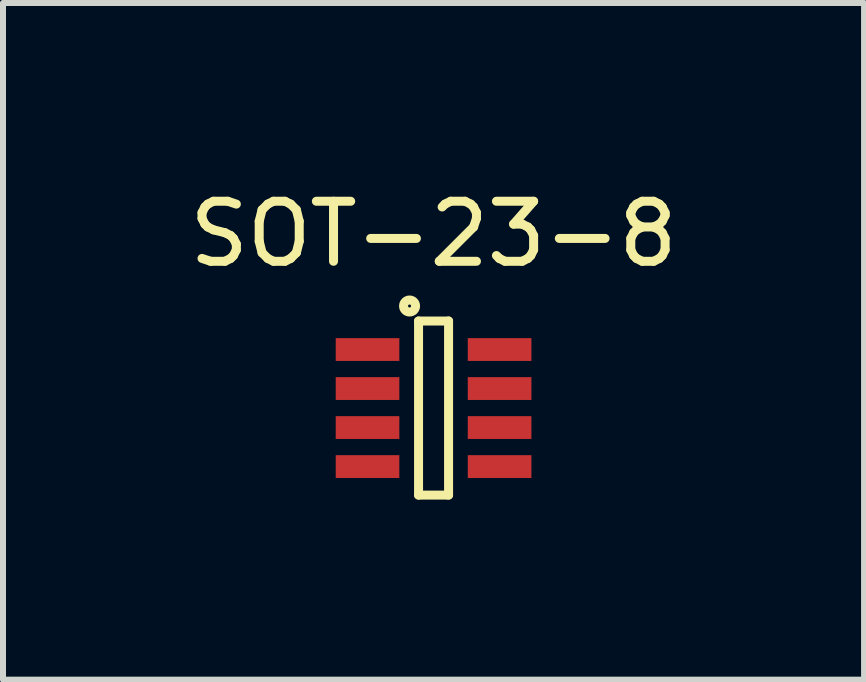
<source format=kicad_pcb>
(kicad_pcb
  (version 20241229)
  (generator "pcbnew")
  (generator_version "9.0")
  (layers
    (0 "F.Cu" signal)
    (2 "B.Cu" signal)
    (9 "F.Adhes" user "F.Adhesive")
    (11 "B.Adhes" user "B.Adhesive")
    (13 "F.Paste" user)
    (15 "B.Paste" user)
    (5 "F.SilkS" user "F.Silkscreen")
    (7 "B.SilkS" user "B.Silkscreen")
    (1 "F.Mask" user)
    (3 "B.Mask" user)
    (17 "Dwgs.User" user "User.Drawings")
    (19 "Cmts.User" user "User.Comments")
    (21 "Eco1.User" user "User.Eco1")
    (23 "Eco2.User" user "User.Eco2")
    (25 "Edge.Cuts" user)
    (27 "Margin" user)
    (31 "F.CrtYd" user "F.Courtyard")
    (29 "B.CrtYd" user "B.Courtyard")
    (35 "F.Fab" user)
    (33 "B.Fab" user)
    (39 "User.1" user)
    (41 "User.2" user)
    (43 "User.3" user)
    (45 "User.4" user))
  (footprint "SOT-23-8"
    (layer "F.Cu")
    (at 4.173 3.748)
    (property "Reference" "SOT-23-8" (at 0 -2.9 0) (layer "F.SilkS") (effects (font (size 1 1) (thickness 0.15))))
    (attr smd)
    (fp_line (start -0.25 -1.45) (end -0.25 1.45) (stroke (width 0.15) (type solid)) (layer "F.SilkS"))
    (fp_line (start -0.25 1.45) (end 0.25 1.45) (stroke (width 0.15) (type solid)) (layer "F.SilkS"))
    (fp_line (start 0.25 -1.45) (end -0.25 -1.45) (stroke (width 0.15) (type solid)) (layer "F.SilkS"))
    (fp_line (start 0.25 1.45) (end 0.25 -1.45) (stroke (width 0.15) (type solid)) (layer "F.SilkS"))
    (fp_circle (center -0.4 -1.7) (end -0.3 -1.7) (stroke (width 0.15) (type solid)) (fill no) (layer "F.SilkS"))
    (pad "1" smd rect (at -1.1 -0.975) (size 1.06 0.38) (layers "F.Cu" "F.Mask" "F.Paste"))
    (pad "2" smd rect (at -1.1 -0.325) (size 1.06 0.38) (layers "F.Cu" "F.Mask" "F.Paste"))
    (pad "3" smd rect (at -1.1 0.325) (size 1.06 0.38) (layers "F.Cu" "F.Mask" "F.Paste"))
    (pad "4" smd rect (at -1.1 0.975) (size 1.06 0.38) (layers "F.Cu" "F.Mask" "F.Paste"))
    (pad "5" smd rect (at 1.1 0.975) (size 1.06 0.38) (layers "F.Cu" "F.Mask" "F.Paste"))
    (pad "6" smd rect (at 1.1 0.325) (size 1.06 0.38) (layers "F.Cu" "F.Mask" "F.Paste"))
    (pad "7" smd rect (at 1.1 -0.325) (size 1.06 0.38) (layers "F.Cu" "F.Mask" "F.Paste"))
    (pad "8" smd rect (at 1.1 -0.975) (size 1.06 0.38) (layers "F.Cu" "F.Mask" "F.Paste")))
  (gr_rect
    (start -3 -3)
    (end 11.345 8.273)
    (stroke (width 0.1) (type default))
    (fill no)
    (layer "Edge.Cuts")))
</source>
